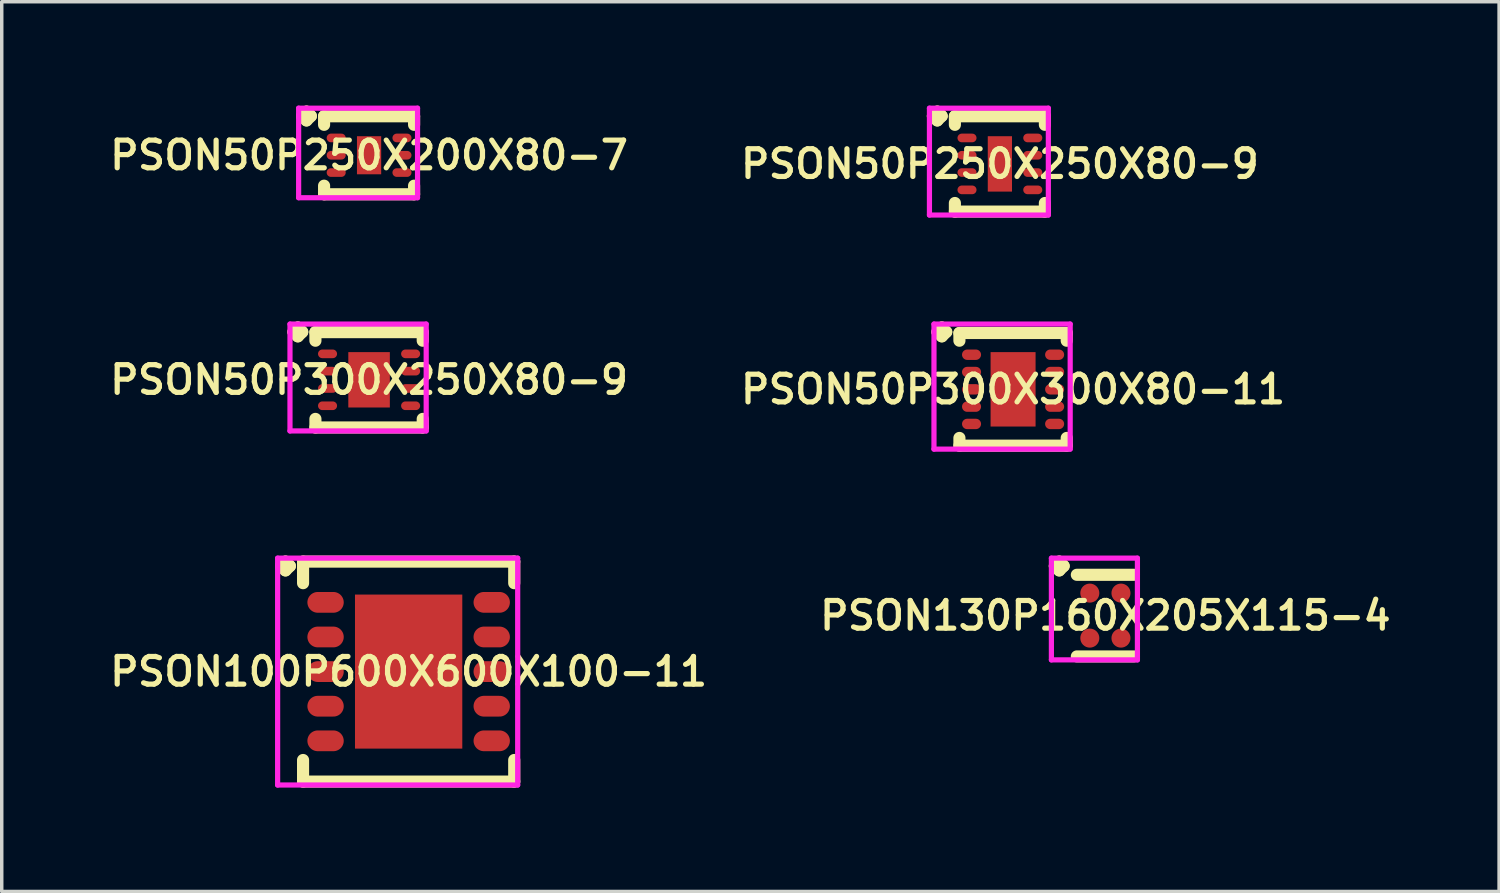
<source format=kicad_pcb>
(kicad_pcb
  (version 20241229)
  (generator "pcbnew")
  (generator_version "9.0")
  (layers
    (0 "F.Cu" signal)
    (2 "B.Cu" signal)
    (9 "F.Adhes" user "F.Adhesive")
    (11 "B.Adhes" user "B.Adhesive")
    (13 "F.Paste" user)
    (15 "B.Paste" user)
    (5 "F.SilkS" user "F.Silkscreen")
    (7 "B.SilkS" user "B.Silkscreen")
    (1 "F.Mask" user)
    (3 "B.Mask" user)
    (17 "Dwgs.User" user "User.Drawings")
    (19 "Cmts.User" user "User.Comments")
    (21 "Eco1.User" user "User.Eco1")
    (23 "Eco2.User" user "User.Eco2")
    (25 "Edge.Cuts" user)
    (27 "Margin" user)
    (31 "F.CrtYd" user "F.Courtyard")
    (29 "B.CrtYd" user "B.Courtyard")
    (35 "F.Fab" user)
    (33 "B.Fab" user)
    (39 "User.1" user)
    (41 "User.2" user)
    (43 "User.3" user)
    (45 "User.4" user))
  (footprint "PSON50P300X250X80-9"
    (layer "F.Cu")
    (at 7.612 7.922)
    (property "Reference" "PSON50P300X250X80-9" (at 0 0 0) (layer "F.SilkS") (effects (font (size 0.8 0.8) (thickness 0.15))))
    (attr smd)
    (fp_line (start -2.185 -1.383) (end -2.058 -1.51) (stroke (width 0.35) (type solid)) (layer "F.SilkS"))
    (fp_line (start -2.058 -1.51) (end -1.931 -1.383) (stroke (width 0.35) (type solid)) (layer "F.SilkS"))
    (fp_line (start -2.058 -1.256) (end -2.185 -1.383) (stroke (width 0.35) (type solid)) (layer "F.SilkS"))
    (fp_line (start -1.931 -1.383) (end -2.058 -1.256) (stroke (width 0.35) (type solid)) (layer "F.SilkS"))
    (fp_line (start -1.55 -1.377) (end 1.55 -1.377) (stroke (width 0.35) (type solid)) (layer "F.SilkS"))
    (fp_line (start -1.55 -1.129) (end -1.55 -1.377) (stroke (width 0.35) (type solid)) (layer "F.SilkS"))
    (fp_line (start -1.55 1.129) (end -1.55 1.377) (stroke (width 0.35) (type solid)) (layer "F.SilkS"))
    (fp_line (start -1.55 1.377) (end 1.55 1.377) (stroke (width 0.35) (type solid)) (layer "F.SilkS"))
    (fp_line (start 1.55 -1.377) (end 1.55 -1.129) (stroke (width 0.35) (type solid)) (layer "F.SilkS"))
    (fp_line (start 1.55 1.377) (end 1.55 1.129) (stroke (width 0.35) (type solid)) (layer "F.SilkS"))
    (fp_line (start -2.285 -1.61) (end 1.65 -1.61) (stroke (width 0.15) (type solid)) (layer "F.CrtYd"))
    (fp_line (start -2.285 1.477) (end -2.285 -1.61) (stroke (width 0.15) (type solid)) (layer "F.CrtYd"))
    (fp_line (start 1.65 -1.61) (end 1.65 1.477) (stroke (width 0.15) (type solid)) (layer "F.CrtYd"))
    (fp_line (start 1.65 1.477) (end -2.285 1.477) (stroke (width 0.15) (type solid)) (layer "F.CrtYd"))
    (pad "1" smd oval (at -1.2 -0.75) (size 0.55 0.25) (layers "F.Cu" "F.Mask" "F.Paste"))
    (pad "2" smd oval (at -1.2 -0.25) (size 0.55 0.25) (layers "F.Cu" "F.Mask" "F.Paste"))
    (pad "3" smd oval (at -1.2 0.25) (size 0.55 0.25) (layers "F.Cu" "F.Mask" "F.Paste"))
    (pad "4" smd oval (at -1.2 0.75) (size 0.55 0.25) (layers "F.Cu" "F.Mask" "F.Paste"))
    (pad "5" smd oval (at 1.2 0.75) (size 0.55 0.25) (layers "F.Cu" "F.Mask" "F.Paste"))
    (pad "6" smd oval (at 1.2 0.25) (size 0.55 0.25) (layers "F.Cu" "F.Mask" "F.Paste"))
    (pad "7" smd oval (at 1.2 -0.25) (size 0.55 0.25) (layers "F.Cu" "F.Mask" "F.Paste"))
    (pad "8" smd oval (at 1.2 -0.75) (size 0.55 0.25) (layers "F.Cu" "F.Mask" "F.Paste"))
    (pad "9" smd rect (at 0 0) (size 1.2 1.6) (layers "F.Cu" "F.Mask" "F.Paste")))
  (footprint "PSON50P250X200X80-7"
    (layer "F.Cu")
    (at 7.612 1.435)
    (property "Reference" "PSON50P250X200X80-7" (at 0 0 0) (layer "F.SilkS") (effects (font (size 0.8 0.8) (thickness 0.15))))
    (attr smd)
    (fp_line (start -1.935 -1.133) (end -1.808 -1.26) (stroke (width 0.35) (type solid)) (layer "F.SilkS"))
    (fp_line (start -1.808 -1.26) (end -1.681 -1.133) (stroke (width 0.35) (type solid)) (layer "F.SilkS"))
    (fp_line (start -1.808 -1.006) (end -1.935 -1.133) (stroke (width 0.35) (type solid)) (layer "F.SilkS"))
    (fp_line (start -1.681 -1.133) (end -1.808 -1.006) (stroke (width 0.35) (type solid)) (layer "F.SilkS"))
    (fp_line (start -1.3 -1.127) (end 1.3 -1.127) (stroke (width 0.35) (type solid)) (layer "F.SilkS"))
    (fp_line (start -1.3 -0.879) (end -1.3 -1.127) (stroke (width 0.35) (type solid)) (layer "F.SilkS"))
    (fp_line (start -1.3 0.879) (end -1.3 1.127) (stroke (width 0.35) (type solid)) (layer "F.SilkS"))
    (fp_line (start -1.3 1.127) (end 1.3 1.127) (stroke (width 0.35) (type solid)) (layer "F.SilkS"))
    (fp_line (start 1.3 -1.127) (end 1.3 -0.879) (stroke (width 0.35) (type solid)) (layer "F.SilkS"))
    (fp_line (start 1.3 1.127) (end 1.3 0.879) (stroke (width 0.35) (type solid)) (layer "F.SilkS"))
    (fp_line (start -2.035 -1.36) (end 1.4 -1.36) (stroke (width 0.15) (type solid)) (layer "F.CrtYd"))
    (fp_line (start -2.035 1.227) (end -2.035 -1.36) (stroke (width 0.15) (type solid)) (layer "F.CrtYd"))
    (fp_line (start 1.4 -1.36) (end 1.4 1.227) (stroke (width 0.15) (type solid)) (layer "F.CrtYd"))
    (fp_line (start 1.4 1.227) (end -2.035 1.227) (stroke (width 0.15) (type solid)) (layer "F.CrtYd"))
    (pad "1" smd oval (at -0.95 -0.5) (size 0.55 0.25) (layers "F.Cu" "F.Mask" "F.Paste"))
    (pad "2" smd oval (at -0.95 0) (size 0.55 0.25) (layers "F.Cu" "F.Mask" "F.Paste"))
    (pad "3" smd oval (at -0.95 0.5) (size 0.55 0.25) (layers "F.Cu" "F.Mask" "F.Paste"))
    (pad "4" smd oval (at 0.95 0.5) (size 0.55 0.25) (layers "F.Cu" "F.Mask" "F.Paste"))
    (pad "5" smd oval (at 0.95 0) (size 0.55 0.25) (layers "F.Cu" "F.Mask" "F.Paste"))
    (pad "6" smd oval (at 0.95 -0.5) (size 0.55 0.25) (layers "F.Cu" "F.Mask" "F.Paste"))
    (pad "7" smd rect (at 0 0) (size 0.7 1.1) (layers "F.Cu" "F.Mask" "F.Paste")))
  (footprint "PSON50P250X250X80-9"
    (layer "F.Cu")
    (at 25.835 1.685)
    (property "Reference" "PSON50P250X250X80-9" (at 0 0 0) (layer "F.SilkS") (effects (font (size 0.8 0.8) (thickness 0.15))))
    (attr smd)
    (fp_line (start -1.935 -1.383) (end -1.808 -1.51) (stroke (width 0.35) (type solid)) (layer "F.SilkS"))
    (fp_line (start -1.808 -1.51) (end -1.681 -1.383) (stroke (width 0.35) (type solid)) (layer "F.SilkS"))
    (fp_line (start -1.808 -1.256) (end -1.935 -1.383) (stroke (width 0.35) (type solid)) (layer "F.SilkS"))
    (fp_line (start -1.681 -1.383) (end -1.808 -1.256) (stroke (width 0.35) (type solid)) (layer "F.SilkS"))
    (fp_line (start -1.3 -1.377) (end 1.3 -1.377) (stroke (width 0.35) (type solid)) (layer "F.SilkS"))
    (fp_line (start -1.3 -1.129) (end -1.3 -1.377) (stroke (width 0.35) (type solid)) (layer "F.SilkS"))
    (fp_line (start -1.3 1.129) (end -1.3 1.377) (stroke (width 0.35) (type solid)) (layer "F.SilkS"))
    (fp_line (start -1.3 1.377) (end 1.3 1.377) (stroke (width 0.35) (type solid)) (layer "F.SilkS"))
    (fp_line (start 1.3 -1.377) (end 1.3 -1.129) (stroke (width 0.35) (type solid)) (layer "F.SilkS"))
    (fp_line (start 1.3 1.377) (end 1.3 1.129) (stroke (width 0.35) (type solid)) (layer "F.SilkS"))
    (fp_line (start -2.035 -1.61) (end 1.4 -1.61) (stroke (width 0.15) (type solid)) (layer "F.CrtYd"))
    (fp_line (start -2.035 1.477) (end -2.035 -1.61) (stroke (width 0.15) (type solid)) (layer "F.CrtYd"))
    (fp_line (start 1.4 -1.61) (end 1.4 1.477) (stroke (width 0.15) (type solid)) (layer "F.CrtYd"))
    (fp_line (start 1.4 1.477) (end -2.035 1.477) (stroke (width 0.15) (type solid)) (layer "F.CrtYd"))
    (pad "1" smd oval (at -0.95 -0.75) (size 0.55 0.25) (layers "F.Cu" "F.Mask" "F.Paste"))
    (pad "2" smd oval (at -0.95 -0.25) (size 0.55 0.25) (layers "F.Cu" "F.Mask" "F.Paste"))
    (pad "3" smd oval (at -0.95 0.25) (size 0.55 0.25) (layers "F.Cu" "F.Mask" "F.Paste"))
    (pad "4" smd oval (at -0.95 0.75) (size 0.55 0.25) (layers "F.Cu" "F.Mask" "F.Paste"))
    (pad "5" smd oval (at 0.95 0.75) (size 0.55 0.25) (layers "F.Cu" "F.Mask" "F.Paste"))
    (pad "6" smd oval (at 0.95 0.25) (size 0.55 0.25) (layers "F.Cu" "F.Mask" "F.Paste"))
    (pad "7" smd oval (at 0.95 -0.25) (size 0.55 0.25) (layers "F.Cu" "F.Mask" "F.Paste"))
    (pad "8" smd oval (at 0.95 -0.75) (size 0.55 0.25) (layers "F.Cu" "F.Mask" "F.Paste"))
    (pad "9" smd rect (at 0 0) (size 0.7 1.6) (layers "F.Cu" "F.Mask" "F.Paste")))
  (footprint "PSON100P600X600X100-11"
    (layer "F.Cu")
    (at 8.755 16.351)
    (property "Reference" "PSON100P600X600X100-11" (at 0 0 0) (layer "F.SilkS") (effects (font (size 0.8 0.8) (thickness 0.15))))
    (attr smd)
    (fp_line (start -3.685 -3.05) (end -3.558 -3.177) (stroke (width 0.35) (type solid)) (layer "F.SilkS"))
    (fp_line (start -3.558 -3.177) (end -3.431 -3.05) (stroke (width 0.35) (type solid)) (layer "F.SilkS"))
    (fp_line (start -3.558 -2.923) (end -3.685 -3.05) (stroke (width 0.35) (type solid)) (layer "F.SilkS"))
    (fp_line (start -3.431 -3.05) (end -3.558 -2.923) (stroke (width 0.35) (type solid)) (layer "F.SilkS"))
    (fp_line (start -3.05 -3.177) (end 3.05 -3.177) (stroke (width 0.35) (type solid)) (layer "F.SilkS"))
    (fp_line (start -3.05 -2.554) (end -3.05 -3.177) (stroke (width 0.35) (type solid)) (layer "F.SilkS"))
    (fp_line (start -3.05 2.554) (end -3.05 3.177) (stroke (width 0.35) (type solid)) (layer "F.SilkS"))
    (fp_line (start -3.05 3.177) (end 3.05 3.177) (stroke (width 0.35) (type solid)) (layer "F.SilkS"))
    (fp_line (start 3.05 -3.177) (end 3.05 -2.554) (stroke (width 0.35) (type solid)) (layer "F.SilkS"))
    (fp_line (start 3.05 3.177) (end 3.05 2.554) (stroke (width 0.35) (type solid)) (layer "F.SilkS"))
    (fp_line (start -3.785 -3.277) (end 3.15 -3.277) (stroke (width 0.15) (type solid)) (layer "F.CrtYd"))
    (fp_line (start -3.785 3.277) (end -3.785 -3.277) (stroke (width 0.15) (type solid)) (layer "F.CrtYd"))
    (fp_line (start 3.15 -3.277) (end 3.15 3.277) (stroke (width 0.15) (type solid)) (layer "F.CrtYd"))
    (fp_line (start 3.15 3.277) (end -3.785 3.277) (stroke (width 0.15) (type solid)) (layer "F.CrtYd"))
    (pad "1" smd oval (at -2.4 -2) (size 1.05 0.6) (layers "F.Cu" "F.Mask" "F.Paste"))
    (pad "2" smd oval (at -2.4 -1) (size 1.05 0.6) (layers "F.Cu" "F.Mask" "F.Paste"))
    (pad "3" smd oval (at -2.4 0) (size 1.05 0.6) (layers "F.Cu" "F.Mask" "F.Paste"))
    (pad "4" smd oval (at -2.4 1) (size 1.05 0.6) (layers "F.Cu" "F.Mask" "F.Paste"))
    (pad "5" smd oval (at -2.4 2) (size 1.05 0.6) (layers "F.Cu" "F.Mask" "F.Paste"))
    (pad "6" smd oval (at 2.4 2) (size 1.05 0.6) (layers "F.Cu" "F.Mask" "F.Paste"))
    (pad "7" smd oval (at 2.4 1) (size 1.05 0.6) (layers "F.Cu" "F.Mask" "F.Paste"))
    (pad "8" smd oval (at 2.4 0) (size 1.05 0.6) (layers "F.Cu" "F.Mask" "F.Paste"))
    (pad "9" smd oval (at 2.4 -1) (size 1.05 0.6) (layers "F.Cu" "F.Mask" "F.Paste"))
    (pad "10" smd oval (at 2.4 -2) (size 1.05 0.6) (layers "F.Cu" "F.Mask" "F.Paste"))
    (pad "11" smd rect (at 0 0) (size 3.1 4.45) (layers "F.Cu" "F.Mask" "F.Paste")))
  (footprint "PSON50P300X300X80-11"
    (layer "F.Cu")
    (at 26.216 8.197)
    (property "Reference" "PSON50P300X300X80-11" (at 0 0 0) (layer "F.SilkS") (effects (font (size 0.8 0.8) (thickness 0.15))))
    (attr smd)
    (fp_line (start -2.185 -1.658) (end -2.058 -1.785) (stroke (width 0.35) (type solid)) (layer "F.SilkS"))
    (fp_line (start -2.058 -1.785) (end -1.931 -1.658) (stroke (width 0.35) (type solid)) (layer "F.SilkS"))
    (fp_line (start -2.058 -1.531) (end -2.185 -1.658) (stroke (width 0.35) (type solid)) (layer "F.SilkS"))
    (fp_line (start -1.931 -1.658) (end -2.058 -1.531) (stroke (width 0.35) (type solid)) (layer "F.SilkS"))
    (fp_line (start -1.55 -1.627) (end 1.55 -1.627) (stroke (width 0.35) (type solid)) (layer "F.SilkS"))
    (fp_line (start -1.55 -1.404) (end -1.55 -1.627) (stroke (width 0.35) (type solid)) (layer "F.SilkS"))
    (fp_line (start -1.55 1.404) (end -1.55 1.627) (stroke (width 0.35) (type solid)) (layer "F.SilkS"))
    (fp_line (start -1.55 1.627) (end 1.55 1.627) (stroke (width 0.35) (type solid)) (layer "F.SilkS"))
    (fp_line (start 1.55 -1.627) (end 1.55 -1.404) (stroke (width 0.35) (type solid)) (layer "F.SilkS"))
    (fp_line (start 1.55 1.627) (end 1.55 1.404) (stroke (width 0.35) (type solid)) (layer "F.SilkS"))
    (fp_line (start -2.285 -1.885) (end 1.65 -1.885) (stroke (width 0.15) (type solid)) (layer "F.CrtYd"))
    (fp_line (start -2.285 1.727) (end -2.285 -1.885) (stroke (width 0.15) (type solid)) (layer "F.CrtYd"))
    (fp_line (start 1.65 -1.885) (end 1.65 1.727) (stroke (width 0.15) (type solid)) (layer "F.CrtYd"))
    (fp_line (start 1.65 1.727) (end -2.285 1.727) (stroke (width 0.15) (type solid)) (layer "F.CrtYd"))
    (pad "1" smd oval (at -1.2 -1) (size 0.55 0.3) (layers "F.Cu" "F.Mask" "F.Paste"))
    (pad "2" smd oval (at -1.2 -0.5) (size 0.55 0.3) (layers "F.Cu" "F.Mask" "F.Paste"))
    (pad "3" smd oval (at -1.2 0) (size 0.55 0.3) (layers "F.Cu" "F.Mask" "F.Paste"))
    (pad "4" smd oval (at -1.2 0.5) (size 0.55 0.3) (layers "F.Cu" "F.Mask" "F.Paste"))
    (pad "5" smd oval (at -1.2 1) (size 0.55 0.3) (layers "F.Cu" "F.Mask" "F.Paste"))
    (pad "6" smd oval (at 1.2 1) (size 0.55 0.3) (layers "F.Cu" "F.Mask" "F.Paste"))
    (pad "7" smd oval (at 1.2 0.5) (size 0.55 0.3) (layers "F.Cu" "F.Mask" "F.Paste"))
    (pad "8" smd oval (at 1.2 0) (size 0.55 0.3) (layers "F.Cu" "F.Mask" "F.Paste"))
    (pad "9" smd oval (at 1.2 -0.5) (size 0.55 0.3) (layers "F.Cu" "F.Mask" "F.Paste"))
    (pad "10" smd oval (at 1.2 -1) (size 0.55 0.3) (layers "F.Cu" "F.Mask" "F.Paste"))
    (pad "11" smd rect (at 0 0) (size 1.3 2.15) (layers "F.Cu" "F.Mask" "F.Paste")))
  (footprint "PSON130P160X205X115-4"
    (layer "F.Cu")
    (at 28.883 14.734)
    (property "Reference" "PSON130P160X205X115-4" (at 0 0 0) (layer "F.SilkS") (effects (font (size 0.8 0.8) (thickness 0.15))))
    (attr smd)
    (fp_line (start -1.46 -1.433) (end -1.333 -1.56) (stroke (width 0.35) (type solid)) (layer "F.SilkS"))
    (fp_line (start -1.333 -1.56) (end -1.206 -1.433) (stroke (width 0.35) (type solid)) (layer "F.SilkS"))
    (fp_line (start -1.333 -1.306) (end -1.46 -1.433) (stroke (width 0.35) (type solid)) (layer "F.SilkS"))
    (fp_line (start -1.206 -1.433) (end -1.333 -1.306) (stroke (width 0.35) (type solid)) (layer "F.SilkS"))
    (fp_line (start -0.825 -1.179) (end 0.825 -1.179) (stroke (width 0.35) (type solid)) (layer "F.SilkS"))
    (fp_line (start -0.825 1.179) (end 0.825 1.179) (stroke (width 0.35) (type solid)) (layer "F.SilkS"))
    (fp_line (start -1.56 -1.66) (end 0.925 -1.66) (stroke (width 0.15) (type solid)) (layer "F.CrtYd"))
    (fp_line (start -1.56 1.279) (end -1.56 -1.66) (stroke (width 0.15) (type solid)) (layer "F.CrtYd"))
    (fp_line (start 0.925 -1.66) (end 0.925 1.279) (stroke (width 0.15) (type solid)) (layer "F.CrtYd"))
    (fp_line (start 0.925 1.279) (end -1.56 1.279) (stroke (width 0.15) (type solid)) (layer "F.CrtYd"))
    (pad "1" smd oval (at -0.45 -0.65) (size 0.55 0.55) (layers "F.Cu" "F.Mask" "F.Paste"))
    (pad "2" smd oval (at -0.45 0.65) (size 0.55 0.55) (layers "F.Cu" "F.Mask" "F.Paste"))
    (pad "3" smd oval (at 0.45 0.65) (size 0.55 0.55) (layers "F.Cu" "F.Mask" "F.Paste"))
    (pad "4" smd oval (at 0.45 -0.65) (size 0.55 0.55) (layers "F.Cu" "F.Mask" "F.Paste")))
  (gr_rect
    (start -3 -3)
    (end 40.256 22.703)
    (stroke (width 0.1) (type default))
    (fill no)
    (layer "Edge.Cuts")))
</source>
